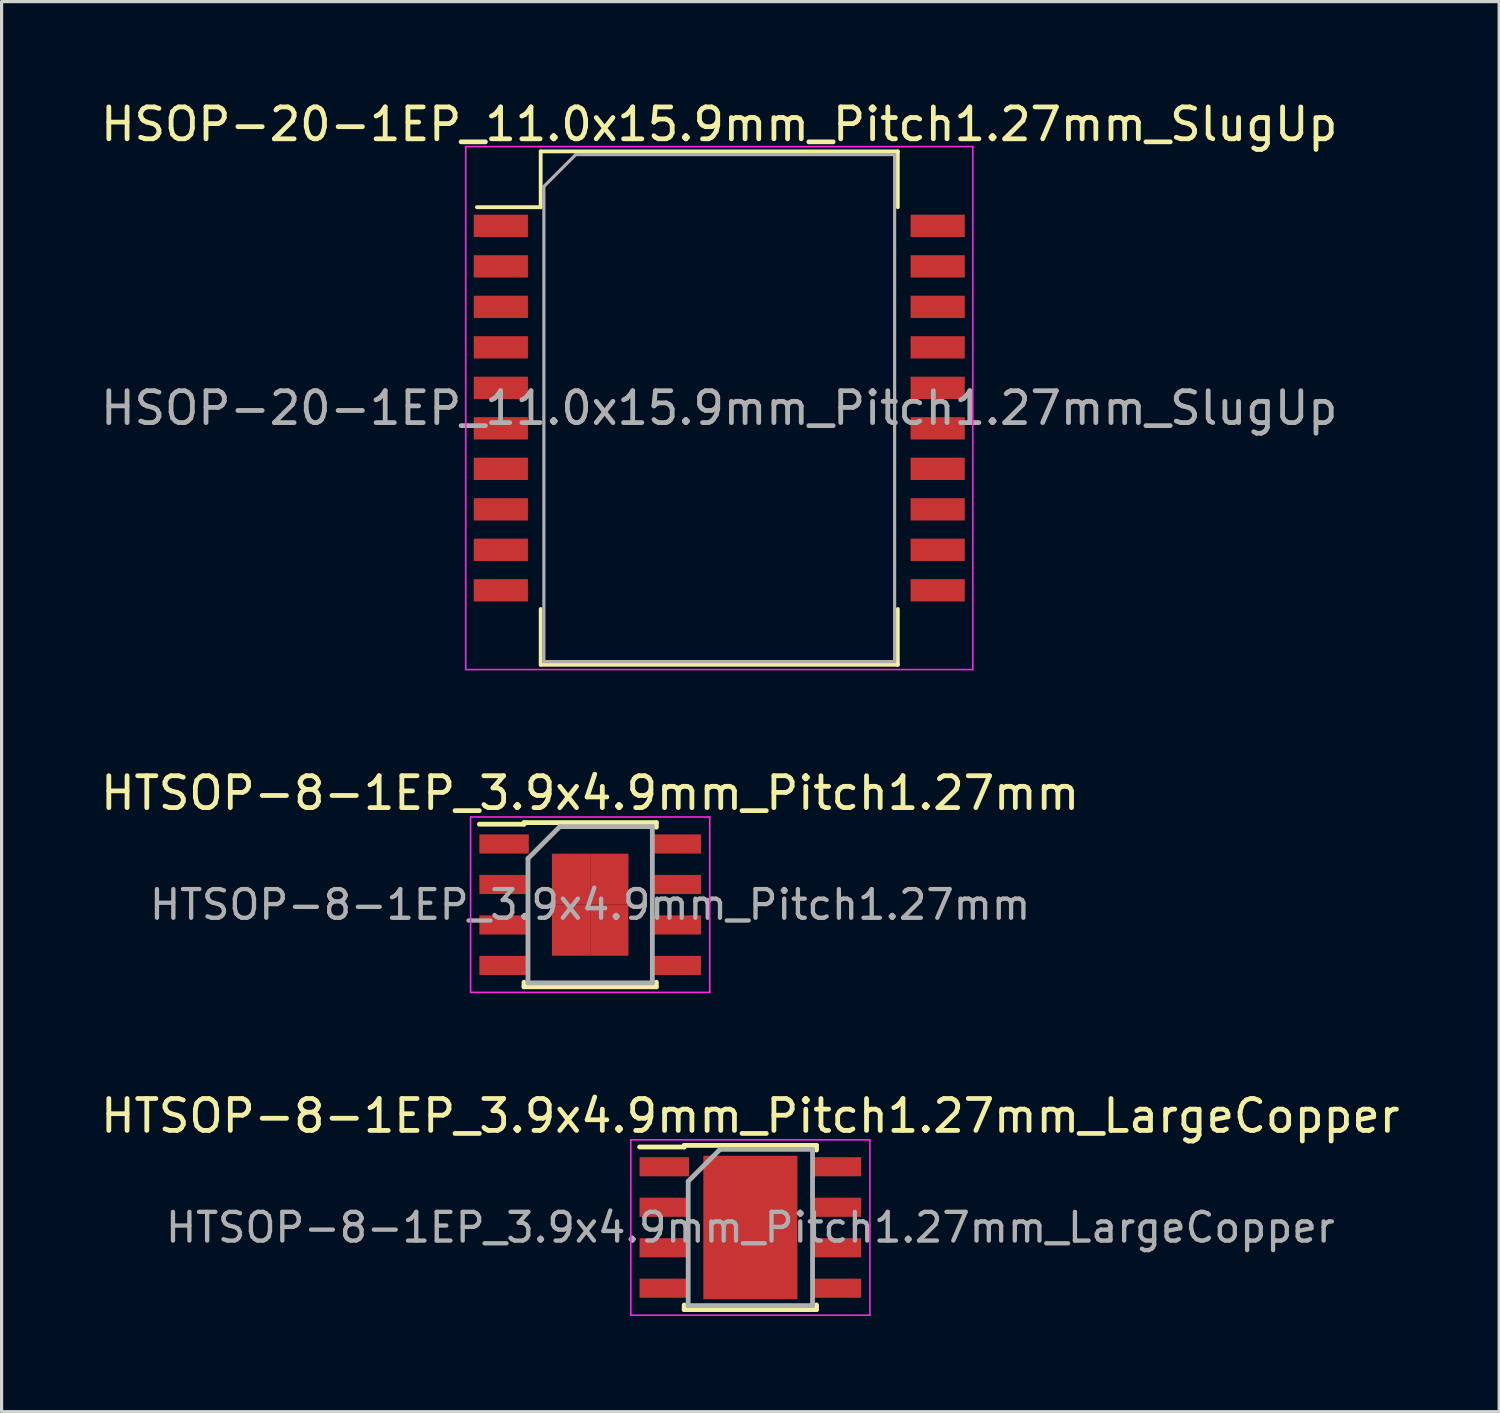
<source format=kicad_pcb>
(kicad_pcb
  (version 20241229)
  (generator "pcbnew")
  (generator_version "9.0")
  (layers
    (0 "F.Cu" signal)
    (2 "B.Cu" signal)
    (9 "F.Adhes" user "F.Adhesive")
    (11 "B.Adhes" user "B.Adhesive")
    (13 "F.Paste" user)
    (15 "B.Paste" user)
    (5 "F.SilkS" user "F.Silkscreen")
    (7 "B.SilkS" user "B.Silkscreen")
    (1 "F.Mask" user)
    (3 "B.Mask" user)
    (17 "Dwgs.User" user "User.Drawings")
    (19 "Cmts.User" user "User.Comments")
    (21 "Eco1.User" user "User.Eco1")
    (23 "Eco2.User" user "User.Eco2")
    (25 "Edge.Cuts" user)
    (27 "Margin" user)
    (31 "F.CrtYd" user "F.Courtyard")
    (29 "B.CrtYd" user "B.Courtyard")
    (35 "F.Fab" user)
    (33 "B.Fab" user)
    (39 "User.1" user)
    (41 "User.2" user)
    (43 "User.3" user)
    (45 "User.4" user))
  (footprint "HTSOP-8-1EP_3.9x4.9mm_Pitch1.27mm"
    (layer "F.Cu")
    (at 15.458 25.322)
    (property "Reference" "HTSOP-8-1EP_3.9x4.9mm_Pitch1.27mm" (at 0 -3.5 0) (layer "F.SilkS") (effects (font (size 1 1) (thickness 0.15))))
    (attr smd)
    (fp_line (start -2.075 -2.575) (end -2.075 -2.525) (stroke (width 0.15) (type solid)) (layer "F.SilkS"))
    (fp_line (start -2.075 -2.575) (end 2.075 -2.575) (stroke (width 0.15) (type solid)) (layer "F.SilkS"))
    (fp_line (start -2.075 -2.525) (end -3.475 -2.525) (stroke (width 0.15) (type solid)) (layer "F.SilkS"))
    (fp_line (start -2.075 2.575) (end -2.075 2.43) (stroke (width 0.15) (type solid)) (layer "F.SilkS"))
    (fp_line (start -2.075 2.575) (end 2.075 2.575) (stroke (width 0.15) (type solid)) (layer "F.SilkS"))
    (fp_line (start 2.075 -2.575) (end 2.075 -2.43) (stroke (width 0.15) (type solid)) (layer "F.SilkS"))
    (fp_line (start 2.075 2.575) (end 2.075 2.43) (stroke (width 0.15) (type solid)) (layer "F.SilkS"))
    (fp_line (start -3.75 -2.75) (end -3.75 2.75) (stroke (width 0.05) (type solid)) (layer "F.CrtYd"))
    (fp_line (start -3.75 -2.75) (end 3.75 -2.75) (stroke (width 0.05) (type solid)) (layer "F.CrtYd"))
    (fp_line (start -3.75 2.75) (end 3.75 2.75) (stroke (width 0.05) (type solid)) (layer "F.CrtYd"))
    (fp_line (start 3.75 -2.75) (end 3.75 2.75) (stroke (width 0.05) (type solid)) (layer "F.CrtYd"))
    (fp_line (start -1.95 -1.45) (end -0.95 -2.45) (stroke (width 0.15) (type solid)) (layer "F.Fab"))
    (fp_line (start -1.95 2.45) (end -1.95 -1.45) (stroke (width 0.15) (type solid)) (layer "F.Fab"))
    (fp_line (start -0.95 -2.45) (end 1.95 -2.45) (stroke (width 0.15) (type solid)) (layer "F.Fab"))
    (fp_line (start 1.95 -2.45) (end 1.95 2.45) (stroke (width 0.15) (type solid)) (layer "F.Fab"))
    (fp_line (start 1.95 2.45) (end -1.95 2.45) (stroke (width 0.15) (type solid)) (layer "F.Fab"))
    (fp_text user "${REFERENCE}" (at 0 0 0) (layer "F.Fab") (effects (font (size 0.9 0.9) (thickness 0.135))))
    (pad "1" smd rect (at -2.7 -1.905) (size 1.55 0.6) (layers "F.Cu" "F.Mask" "F.Paste"))
    (pad "2" smd rect (at -2.7 -0.635) (size 1.55 0.6) (layers "F.Cu" "F.Mask" "F.Paste"))
    (pad "3" smd rect (at -2.7 0.635) (size 1.55 0.6) (layers "F.Cu" "F.Mask" "F.Paste"))
    (pad "4" smd rect (at -2.7 1.905) (size 1.55 0.6) (layers "F.Cu" "F.Mask" "F.Paste"))
    (pad "5" smd rect (at 2.7 1.905) (size 1.55 0.6) (layers "F.Cu" "F.Mask" "F.Paste"))
    (pad "6" smd rect (at 2.7 0.635) (size 1.55 0.6) (layers "F.Cu" "F.Mask" "F.Paste"))
    (pad "7" smd rect (at 2.7 -0.635) (size 1.55 0.6) (layers "F.Cu" "F.Mask" "F.Paste"))
    (pad "8" smd rect (at 2.7 -1.905) (size 1.55 0.6) (layers "F.Cu" "F.Mask" "F.Paste"))
    (pad "9" smd rect (at -0.6 -0.8) (size 1.2 1.6) (layers "F.Cu" "F.Mask" "F.Paste"))
    (pad "9" smd rect (at -0.6 0.8) (size 1.2 1.6) (layers "F.Cu" "F.Mask" "F.Paste"))
    (pad "9" smd rect (at 0.6 -0.8) (size 1.2 1.6) (layers "F.Cu" "F.Mask" "F.Paste"))
    (pad "9" smd rect (at 0.6 0.8) (size 1.2 1.6) (layers "F.Cu" "F.Mask" "F.Paste")))
  (footprint "HSOP-20-1EP_11.0x15.9mm_Pitch1.27mm_SlugUp"
    (layer "F.Cu")
    (at 19.506 9.748)
    (property "Reference" "HSOP-20-1EP_11.0x15.9mm_Pitch1.27mm_SlugUp" (at 0 -8.9 0) (layer "F.SilkS") (effects (font (size 1 1) (thickness 0.15))))
    (attr smd)
    (fp_line (start -5.6 -8.05) (end -5.6 -6.3) (stroke (width 0.12) (type solid)) (layer "F.SilkS"))
    (fp_line (start -5.6 -6.3) (end -7.6 -6.3) (stroke (width 0.12) (type solid)) (layer "F.SilkS"))
    (fp_line (start -5.6 8.05) (end -5.6 6.3) (stroke (width 0.12) (type solid)) (layer "F.SilkS"))
    (fp_line (start 5.6 -8.05) (end -5.6 -8.05) (stroke (width 0.12) (type solid)) (layer "F.SilkS"))
    (fp_line (start 5.6 -8.05) (end 5.6 -6.3) (stroke (width 0.12) (type solid)) (layer "F.SilkS"))
    (fp_line (start 5.6 8.05) (end -5.6 8.05) (stroke (width 0.12) (type solid)) (layer "F.SilkS"))
    (fp_line (start 5.6 8.05) (end 5.6 6.3) (stroke (width 0.12) (type solid)) (layer "F.SilkS"))
    (fp_line (start -7.95 -8.2) (end -7.95 8.2) (stroke (width 0.05) (type solid)) (layer "F.CrtYd"))
    (fp_line (start -7.95 -8.2) (end 7.95 -8.2) (stroke (width 0.05) (type solid)) (layer "F.CrtYd"))
    (fp_line (start 7.95 8.2) (end -7.95 8.2) (stroke (width 0.05) (type solid)) (layer "F.CrtYd"))
    (fp_line (start 7.95 8.2) (end 7.95 -8.2) (stroke (width 0.05) (type solid)) (layer "F.CrtYd"))
    (fp_line (start -5.5 -6.95) (end -5.5 7.95) (stroke (width 0.1) (type solid)) (layer "F.Fab"))
    (fp_line (start -5.5 7.95) (end 5.5 7.95) (stroke (width 0.1) (type solid)) (layer "F.Fab"))
    (fp_line (start -4.5 -7.95) (end -5.5 -6.95) (stroke (width 0.1) (type solid)) (layer "F.Fab"))
    (fp_line (start 5.5 -7.95) (end -4.5 -7.95) (stroke (width 0.1) (type solid)) (layer "F.Fab"))
    (fp_line (start 5.5 7.95) (end 5.5 -7.95) (stroke (width 0.1) (type solid)) (layer "F.Fab"))
    (fp_text user "${REFERENCE}" (at 0 0 0) (layer "F.Fab") (effects (font (size 1 1) (thickness 0.15))))
    (pad "1" smd rect (at -6.85 -5.715) (size 1.7 0.7) (layers "F.Cu" "F.Mask" "F.Paste"))
    (pad "2" smd rect (at -6.85 -4.445) (size 1.7 0.7) (layers "F.Cu" "F.Mask" "F.Paste"))
    (pad "3" smd rect (at -6.85 -3.175) (size 1.7 0.7) (layers "F.Cu" "F.Mask" "F.Paste"))
    (pad "4" smd rect (at -6.85 -1.905) (size 1.7 0.7) (layers "F.Cu" "F.Mask" "F.Paste"))
    (pad "5" smd rect (at -6.85 -0.635) (size 1.7 0.7) (layers "F.Cu" "F.Mask" "F.Paste"))
    (pad "6" smd rect (at -6.85 0.635) (size 1.7 0.7) (layers "F.Cu" "F.Mask" "F.Paste"))
    (pad "7" smd rect (at -6.85 1.905) (size 1.7 0.7) (layers "F.Cu" "F.Mask" "F.Paste"))
    (pad "8" smd rect (at -6.85 3.175) (size 1.7 0.7) (layers "F.Cu" "F.Mask" "F.Paste"))
    (pad "9" smd rect (at -6.85 4.445) (size 1.7 0.7) (layers "F.Cu" "F.Mask" "F.Paste"))
    (pad "10" smd rect (at -6.85 5.715) (size 1.7 0.7) (layers "F.Cu" "F.Mask" "F.Paste"))
    (pad "11" smd rect (at 6.85 5.715) (size 1.7 0.7) (layers "F.Cu" "F.Mask" "F.Paste"))
    (pad "12" smd rect (at 6.85 4.445) (size 1.7 0.7) (layers "F.Cu" "F.Mask" "F.Paste"))
    (pad "13" smd rect (at 6.85 3.175) (size 1.7 0.7) (layers "F.Cu" "F.Mask" "F.Paste"))
    (pad "14" smd rect (at 6.85 1.905) (size 1.7 0.7) (layers "F.Cu" "F.Mask" "F.Paste"))
    (pad "15" smd rect (at 6.85 0.635) (size 1.7 0.7) (layers "F.Cu" "F.Mask" "F.Paste"))
    (pad "16" smd rect (at 6.85 -0.635) (size 1.7 0.7) (layers "F.Cu" "F.Mask" "F.Paste"))
    (pad "17" smd rect (at 6.85 -1.905) (size 1.7 0.7) (layers "F.Cu" "F.Mask" "F.Paste"))
    (pad "18" smd rect (at 6.85 -3.175) (size 1.7 0.7) (layers "F.Cu" "F.Mask" "F.Paste"))
    (pad "19" smd rect (at 6.85 -4.445) (size 1.7 0.7) (layers "F.Cu" "F.Mask" "F.Paste"))
    (pad "20" smd rect (at 6.85 -5.715) (size 1.7 0.7) (layers "F.Cu" "F.Mask" "F.Paste")))
  (footprint "HTSOP-8-1EP_3.9x4.9mm_Pitch1.27mm_LargeCopper"
    (layer "F.Cu")
    (at 20.482 35.445)
    (property "Reference" "HTSOP-8-1EP_3.9x4.9mm_Pitch1.27mm_LargeCopper" (at 0 -3.5 0) (layer "F.SilkS") (effects (font (size 1 1) (thickness 0.15))))
    (attr smd)
    (fp_line (start -2.075 -2.575) (end -2.075 -2.525) (stroke (width 0.15) (type solid)) (layer "F.SilkS"))
    (fp_line (start -2.075 -2.575) (end 2.075 -2.575) (stroke (width 0.15) (type solid)) (layer "F.SilkS"))
    (fp_line (start -2.075 -2.525) (end -3.475 -2.525) (stroke (width 0.15) (type solid)) (layer "F.SilkS"))
    (fp_line (start -2.075 2.575) (end -2.075 2.43) (stroke (width 0.15) (type solid)) (layer "F.SilkS"))
    (fp_line (start -2.075 2.575) (end 2.075 2.575) (stroke (width 0.15) (type solid)) (layer "F.SilkS"))
    (fp_line (start 2.075 -2.575) (end 2.075 -2.43) (stroke (width 0.15) (type solid)) (layer "F.SilkS"))
    (fp_line (start 2.075 2.575) (end 2.075 2.43) (stroke (width 0.15) (type solid)) (layer "F.SilkS"))
    (fp_line (start -3.75 -2.75) (end -3.75 2.75) (stroke (width 0.05) (type solid)) (layer "F.CrtYd"))
    (fp_line (start -3.75 -2.75) (end 3.75 -2.75) (stroke (width 0.05) (type solid)) (layer "F.CrtYd"))
    (fp_line (start -3.75 2.75) (end 3.75 2.75) (stroke (width 0.05) (type solid)) (layer "F.CrtYd"))
    (fp_line (start 3.75 -2.75) (end 3.75 2.75) (stroke (width 0.05) (type solid)) (layer "F.CrtYd"))
    (fp_line (start -1.95 -1.45) (end -0.95 -2.45) (stroke (width 0.15) (type solid)) (layer "F.Fab"))
    (fp_line (start -1.95 2.45) (end -1.95 -1.45) (stroke (width 0.15) (type solid)) (layer "F.Fab"))
    (fp_line (start -0.95 -2.45) (end 1.95 -2.45) (stroke (width 0.15) (type solid)) (layer "F.Fab"))
    (fp_line (start 1.95 -2.45) (end 1.95 2.45) (stroke (width 0.15) (type solid)) (layer "F.Fab"))
    (fp_line (start 1.95 2.45) (end -1.95 2.45) (stroke (width 0.15) (type solid)) (layer "F.Fab"))
    (fp_text user "${REFERENCE}" (at 0 0 0) (layer "F.Fab") (effects (font (size 0.9 0.9) (thickness 0.135))))
    (pad "1" smd rect (at -2.7 -1.905) (size 1.55 0.6) (layers "F.Cu" "F.Mask" "F.Paste"))
    (pad "2" smd rect (at -2.7 -0.635) (size 1.55 0.6) (layers "F.Cu" "F.Mask" "F.Paste"))
    (pad "3" smd rect (at -2.7 0.635) (size 1.55 0.6) (layers "F.Cu" "F.Mask" "F.Paste"))
    (pad "4" smd rect (at -2.7 1.905) (size 1.55 0.6) (layers "F.Cu" "F.Mask" "F.Paste"))
    (pad "5" smd rect (at 2.7 1.905) (size 1.55 0.6) (layers "F.Cu" "F.Mask" "F.Paste"))
    (pad "6" smd rect (at 2.7 0.635) (size 1.55 0.6) (layers "F.Cu" "F.Mask" "F.Paste"))
    (pad "7" smd rect (at 2.7 -0.635) (size 1.55 0.6) (layers "F.Cu" "F.Mask" "F.Paste"))
    (pad "8" smd rect (at 2.7 -1.905) (size 1.55 0.6) (layers "F.Cu" "F.Mask" "F.Paste"))
    (pad "9" smd rect (at -0.6 -0.8) (size 1.2 1.6) (layers "F.Cu" "F.Mask" "F.Paste"))
    (pad "9" smd rect (at -0.6 0.8) (size 1.2 1.6) (layers "F.Cu" "F.Mask" "F.Paste"))
    (pad "9" smd rect (at 0 0) (size 2.95 4.5) (layers "F.Cu"))
    (pad "9" smd rect (at 0.6 -0.8) (size 1.2 1.6) (layers "F.Cu" "F.Mask" "F.Paste"))
    (pad "9" smd rect (at 0.6 0.8) (size 1.2 1.6) (layers "F.Cu" "F.Mask" "F.Paste")))
  (gr_rect
    (start -3 -3)
    (end 43.964 41.22)
    (stroke (width 0.1) (type default))
    (fill no)
    (layer "Edge.Cuts")))
</source>
